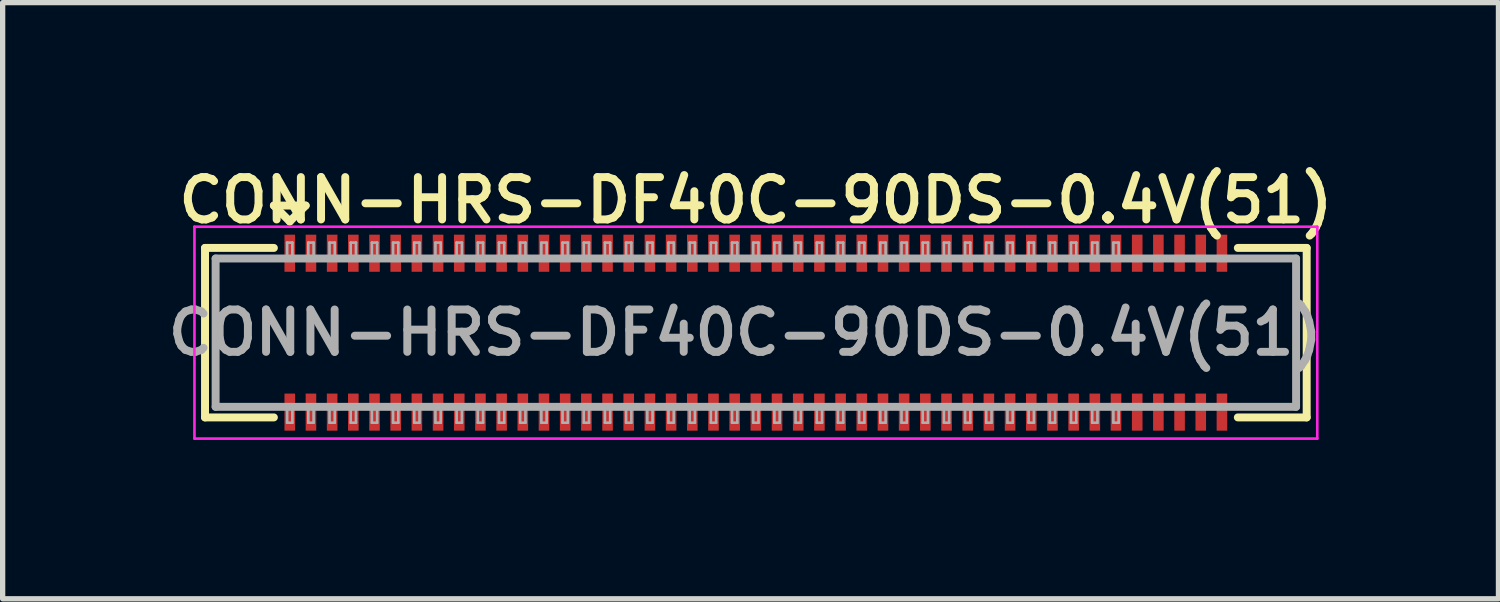
<source format=kicad_pcb>
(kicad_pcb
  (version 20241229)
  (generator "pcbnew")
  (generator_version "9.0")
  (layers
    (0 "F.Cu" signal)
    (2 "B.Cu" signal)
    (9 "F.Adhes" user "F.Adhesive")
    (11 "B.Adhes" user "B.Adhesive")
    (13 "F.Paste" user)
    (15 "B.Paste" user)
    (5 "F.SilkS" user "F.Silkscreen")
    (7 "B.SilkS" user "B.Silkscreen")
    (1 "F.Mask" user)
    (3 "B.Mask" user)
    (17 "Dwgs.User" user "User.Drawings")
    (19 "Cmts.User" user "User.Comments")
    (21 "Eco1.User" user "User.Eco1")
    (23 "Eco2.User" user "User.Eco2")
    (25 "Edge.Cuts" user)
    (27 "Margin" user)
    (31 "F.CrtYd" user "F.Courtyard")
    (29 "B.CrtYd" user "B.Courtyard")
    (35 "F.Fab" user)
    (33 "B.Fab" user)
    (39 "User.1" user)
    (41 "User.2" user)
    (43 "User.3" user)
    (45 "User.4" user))
  (footprint "CONN-HRS-DF40C-90DS-0.4V(51)"
    (layer "F.Cu")
    (at 11.221 3.231)
    (property "Reference" "CONN-HRS-DF40C-90DS-0.4V(51)" (at 0 -2.5 0) (layer "F.SilkS") (effects (font (size 0.8 0.8) (thickness 0.15))))
    (attr through_hole)
    (fp_line (start -10.4 -1.6) (end -10.4 1.6) (stroke (width 0.15) (type solid)) (layer "F.SilkS"))
    (fp_line (start -10.4 -1.6) (end -9.1 -1.6) (stroke (width 0.15) (type solid)) (layer "F.SilkS"))
    (fp_line (start -10.4 1.6) (end -9.1 1.6) (stroke (width 0.15) (type solid)) (layer "F.SilkS"))
    (fp_line (start -9.1 -2.4) (end -8.5 -2.4) (stroke (width 0.15) (type solid)) (layer "F.SilkS"))
    (fp_line (start -8.8 -2.1) (end -9.1 -2.4) (stroke (width 0.15) (type solid)) (layer "F.SilkS"))
    (fp_line (start -8.5 -2.4) (end -8.8 -2.1) (stroke (width 0.15) (type solid)) (layer "F.SilkS"))
    (fp_line (start 9.1 -1.6) (end 10.4 -1.6) (stroke (width 0.15) (type solid)) (layer "F.SilkS"))
    (fp_line (start 9.1 1.6) (end 10.4 1.6) (stroke (width 0.15) (type solid)) (layer "F.SilkS"))
    (fp_line (start 10.4 1.6) (end 10.4 -1.6) (stroke (width 0.15) (type solid)) (layer "F.SilkS"))
    (fp_line (start -10.6 -2) (end -10.6 2) (stroke (width 0.05) (type solid)) (layer "F.CrtYd"))
    (fp_line (start -10.6 2) (end 10.6 2) (stroke (width 0.05) (type solid)) (layer "F.CrtYd"))
    (fp_line (start 10.6 -2) (end -10.6 -2) (stroke (width 0.05) (type solid)) (layer "F.CrtYd"))
    (fp_line (start 10.6 2) (end 10.6 -2) (stroke (width 0.05) (type solid)) (layer "F.CrtYd"))
    (fp_line (start -10.2 -1.4) (end -10.2 1.4) (stroke (width 0.15) (type solid)) (layer "F.Fab"))
    (fp_line (start -10.2 1.4) (end 10.2 1.4) (stroke (width 0.15) (type solid)) (layer "F.Fab"))
    (fp_line (start -8.85 -1.7) (end -8.75 -1.7) (stroke (width 0.05) (type solid)) (layer "F.Fab"))
    (fp_line (start -8.85 -1.4) (end -8.85 -1.7) (stroke (width 0.05) (type solid)) (layer "F.Fab"))
    (fp_line (start -8.85 1.7) (end -8.85 1.4) (stroke (width 0.05) (type solid)) (layer "F.Fab"))
    (fp_line (start -8.75 -1.7) (end -8.75 -1.4) (stroke (width 0.05) (type solid)) (layer "F.Fab"))
    (fp_line (start -8.75 1.4) (end -8.75 1.7) (stroke (width 0.05) (type solid)) (layer "F.Fab"))
    (fp_line (start -8.75 1.7) (end -8.85 1.7) (stroke (width 0.05) (type solid)) (layer "F.Fab"))
    (fp_line (start -8.45 -1.7) (end -8.35 -1.7) (stroke (width 0.05) (type solid)) (layer "F.Fab"))
    (fp_line (start -8.45 -1.4) (end -8.45 -1.7) (stroke (width 0.05) (type solid)) (layer "F.Fab"))
    (fp_line (start -8.45 1.7) (end -8.45 1.4) (stroke (width 0.05) (type solid)) (layer "F.Fab"))
    (fp_line (start -8.35 -1.7) (end -8.35 -1.4) (stroke (width 0.05) (type solid)) (layer "F.Fab"))
    (fp_line (start -8.35 1.4) (end -8.35 1.7) (stroke (width 0.05) (type solid)) (layer "F.Fab"))
    (fp_line (start -8.35 1.7) (end -8.45 1.7) (stroke (width 0.05) (type solid)) (layer "F.Fab"))
    (fp_line (start -8.05 -1.7) (end -7.95 -1.7) (stroke (width 0.05) (type solid)) (layer "F.Fab"))
    (fp_line (start -8.05 -1.4) (end -8.05 -1.7) (stroke (width 0.05) (type solid)) (layer "F.Fab"))
    (fp_line (start -8.05 1.7) (end -8.05 1.4) (stroke (width 0.05) (type solid)) (layer "F.Fab"))
    (fp_line (start -7.95 -1.7) (end -7.95 -1.4) (stroke (width 0.05) (type solid)) (layer "F.Fab"))
    (fp_line (start -7.95 1.4) (end -7.95 1.7) (stroke (width 0.05) (type solid)) (layer "F.Fab"))
    (fp_line (start -7.95 1.7) (end -8.05 1.7) (stroke (width 0.05) (type solid)) (layer "F.Fab"))
    (fp_line (start -7.65 -1.7) (end -7.55 -1.7) (stroke (width 0.05) (type solid)) (layer "F.Fab"))
    (fp_line (start -7.65 -1.4) (end -7.65 -1.7) (stroke (width 0.05) (type solid)) (layer "F.Fab"))
    (fp_line (start -7.65 1.7) (end -7.65 1.4) (stroke (width 0.05) (type solid)) (layer "F.Fab"))
    (fp_line (start -7.55 -1.7) (end -7.55 -1.4) (stroke (width 0.05) (type solid)) (layer "F.Fab"))
    (fp_line (start -7.55 1.4) (end -7.55 1.7) (stroke (width 0.05) (type solid)) (layer "F.Fab"))
    (fp_line (start -7.55 1.7) (end -7.65 1.7) (stroke (width 0.05) (type solid)) (layer "F.Fab"))
    (fp_line (start -7.25 -1.7) (end -7.15 -1.7) (stroke (width 0.05) (type solid)) (layer "F.Fab"))
    (fp_line (start -7.25 -1.4) (end -7.25 -1.7) (stroke (width 0.05) (type solid)) (layer "F.Fab"))
    (fp_line (start -7.25 1.7) (end -7.25 1.4) (stroke (width 0.05) (type solid)) (layer "F.Fab"))
    (fp_line (start -7.15 -1.7) (end -7.15 -1.4) (stroke (width 0.05) (type solid)) (layer "F.Fab"))
    (fp_line (start -7.15 1.4) (end -7.15 1.7) (stroke (width 0.05) (type solid)) (layer "F.Fab"))
    (fp_line (start -7.15 1.7) (end -7.25 1.7) (stroke (width 0.05) (type solid)) (layer "F.Fab"))
    (fp_line (start -6.85 -1.7) (end -6.75 -1.7) (stroke (width 0.05) (type solid)) (layer "F.Fab"))
    (fp_line (start -6.85 -1.4) (end -6.85 -1.7) (stroke (width 0.05) (type solid)) (layer "F.Fab"))
    (fp_line (start -6.85 1.7) (end -6.85 1.4) (stroke (width 0.05) (type solid)) (layer "F.Fab"))
    (fp_line (start -6.75 -1.7) (end -6.75 -1.4) (stroke (width 0.05) (type solid)) (layer "F.Fab"))
    (fp_line (start -6.75 1.4) (end -6.75 1.7) (stroke (width 0.05) (type solid)) (layer "F.Fab"))
    (fp_line (start -6.75 1.7) (end -6.85 1.7) (stroke (width 0.05) (type solid)) (layer "F.Fab"))
    (fp_line (start -6.45 -1.7) (end -6.35 -1.7) (stroke (width 0.05) (type solid)) (layer "F.Fab"))
    (fp_line (start -6.45 -1.4) (end -6.45 -1.7) (stroke (width 0.05) (type solid)) (layer "F.Fab"))
    (fp_line (start -6.45 1.7) (end -6.45 1.4) (stroke (width 0.05) (type solid)) (layer "F.Fab"))
    (fp_line (start -6.35 -1.7) (end -6.35 -1.4) (stroke (width 0.05) (type solid)) (layer "F.Fab"))
    (fp_line (start -6.35 1.4) (end -6.35 1.7) (stroke (width 0.05) (type solid)) (layer "F.Fab"))
    (fp_line (start -6.35 1.7) (end -6.45 1.7) (stroke (width 0.05) (type solid)) (layer "F.Fab"))
    (fp_line (start -6.05 -1.7) (end -5.95 -1.7) (stroke (width 0.05) (type solid)) (layer "F.Fab"))
    (fp_line (start -6.05 -1.4) (end -6.05 -1.7) (stroke (width 0.05) (type solid)) (layer "F.Fab"))
    (fp_line (start -6.05 1.7) (end -6.05 1.4) (stroke (width 0.05) (type solid)) (layer "F.Fab"))
    (fp_line (start -5.95 -1.7) (end -5.95 -1.4) (stroke (width 0.05) (type solid)) (layer "F.Fab"))
    (fp_line (start -5.95 1.4) (end -5.95 1.7) (stroke (width 0.05) (type solid)) (layer "F.Fab"))
    (fp_line (start -5.95 1.7) (end -6.05 1.7) (stroke (width 0.05) (type solid)) (layer "F.Fab"))
    (fp_line (start -5.65 -1.7) (end -5.55 -1.7) (stroke (width 0.05) (type solid)) (layer "F.Fab"))
    (fp_line (start -5.65 -1.4) (end -5.65 -1.7) (stroke (width 0.05) (type solid)) (layer "F.Fab"))
    (fp_line (start -5.65 1.7) (end -5.65 1.4) (stroke (width 0.05) (type solid)) (layer "F.Fab"))
    (fp_line (start -5.55 -1.7) (end -5.55 -1.4) (stroke (width 0.05) (type solid)) (layer "F.Fab"))
    (fp_line (start -5.55 1.4) (end -5.55 1.7) (stroke (width 0.05) (type solid)) (layer "F.Fab"))
    (fp_line (start -5.55 1.7) (end -5.65 1.7) (stroke (width 0.05) (type solid)) (layer "F.Fab"))
    (fp_line (start -5.25 -1.7) (end -5.15 -1.7) (stroke (width 0.05) (type solid)) (layer "F.Fab"))
    (fp_line (start -5.25 -1.4) (end -5.25 -1.7) (stroke (width 0.05) (type solid)) (layer "F.Fab"))
    (fp_line (start -5.25 1.7) (end -5.25 1.4) (stroke (width 0.05) (type solid)) (layer "F.Fab"))
    (fp_line (start -5.15 -1.7) (end -5.15 -1.4) (stroke (width 0.05) (type solid)) (layer "F.Fab"))
    (fp_line (start -5.15 1.4) (end -5.15 1.7) (stroke (width 0.05) (type solid)) (layer "F.Fab"))
    (fp_line (start -5.15 1.7) (end -5.25 1.7) (stroke (width 0.05) (type solid)) (layer "F.Fab"))
    (fp_line (start -4.85 -1.7) (end -4.75 -1.7) (stroke (width 0.05) (type solid)) (layer "F.Fab"))
    (fp_line (start -4.85 -1.4) (end -4.85 -1.7) (stroke (width 0.05) (type solid)) (layer "F.Fab"))
    (fp_line (start -4.85 1.7) (end -4.85 1.4) (stroke (width 0.05) (type solid)) (layer "F.Fab"))
    (fp_line (start -4.75 -1.7) (end -4.75 -1.4) (stroke (width 0.05) (type solid)) (layer "F.Fab"))
    (fp_line (start -4.75 1.4) (end -4.75 1.7) (stroke (width 0.05) (type solid)) (layer "F.Fab"))
    (fp_line (start -4.75 1.7) (end -4.85 1.7) (stroke (width 0.05) (type solid)) (layer "F.Fab"))
    (fp_line (start -4.45 -1.7) (end -4.35 -1.7) (stroke (width 0.05) (type solid)) (layer "F.Fab"))
    (fp_line (start -4.45 -1.4) (end -4.45 -1.7) (stroke (width 0.05) (type solid)) (layer "F.Fab"))
    (fp_line (start -4.45 1.7) (end -4.45 1.4) (stroke (width 0.05) (type solid)) (layer "F.Fab"))
    (fp_line (start -4.35 -1.7) (end -4.35 -1.4) (stroke (width 0.05) (type solid)) (layer "F.Fab"))
    (fp_line (start -4.35 1.4) (end -4.35 1.7) (stroke (width 0.05) (type solid)) (layer "F.Fab"))
    (fp_line (start -4.35 1.7) (end -4.45 1.7) (stroke (width 0.05) (type solid)) (layer "F.Fab"))
    (fp_line (start -4.05 -1.7) (end -3.95 -1.7) (stroke (width 0.05) (type solid)) (layer "F.Fab"))
    (fp_line (start -4.05 -1.4) (end -4.05 -1.7) (stroke (width 0.05) (type solid)) (layer "F.Fab"))
    (fp_line (start -4.05 1.7) (end -4.05 1.4) (stroke (width 0.05) (type solid)) (layer "F.Fab"))
    (fp_line (start -3.95 -1.7) (end -3.95 -1.4) (stroke (width 0.05) (type solid)) (layer "F.Fab"))
    (fp_line (start -3.95 1.4) (end -3.95 1.7) (stroke (width 0.05) (type solid)) (layer "F.Fab"))
    (fp_line (start -3.95 1.7) (end -4.05 1.7) (stroke (width 0.05) (type solid)) (layer "F.Fab"))
    (fp_line (start -3.65 -1.7) (end -3.55 -1.7) (stroke (width 0.05) (type solid)) (layer "F.Fab"))
    (fp_line (start -3.65 -1.4) (end -3.65 -1.7) (stroke (width 0.05) (type solid)) (layer "F.Fab"))
    (fp_line (start -3.65 1.7) (end -3.65 1.4) (stroke (width 0.05) (type solid)) (layer "F.Fab"))
    (fp_line (start -3.55 -1.7) (end -3.55 -1.4) (stroke (width 0.05) (type solid)) (layer "F.Fab"))
    (fp_line (start -3.55 1.4) (end -3.55 1.7) (stroke (width 0.05) (type solid)) (layer "F.Fab"))
    (fp_line (start -3.55 1.7) (end -3.65 1.7) (stroke (width 0.05) (type solid)) (layer "F.Fab"))
    (fp_line (start -3.25 -1.7) (end -3.15 -1.7) (stroke (width 0.05) (type solid)) (layer "F.Fab"))
    (fp_line (start -3.25 -1.4) (end -3.25 -1.7) (stroke (width 0.05) (type solid)) (layer "F.Fab"))
    (fp_line (start -3.25 1.7) (end -3.25 1.4) (stroke (width 0.05) (type solid)) (layer "F.Fab"))
    (fp_line (start -3.15 -1.7) (end -3.15 -1.4) (stroke (width 0.05) (type solid)) (layer "F.Fab"))
    (fp_line (start -3.15 1.4) (end -3.15 1.7) (stroke (width 0.05) (type solid)) (layer "F.Fab"))
    (fp_line (start -3.15 1.7) (end -3.25 1.7) (stroke (width 0.05) (type solid)) (layer "F.Fab"))
    (fp_line (start -2.85 -1.7) (end -2.75 -1.7) (stroke (width 0.05) (type solid)) (layer "F.Fab"))
    (fp_line (start -2.85 -1.4) (end -2.85 -1.7) (stroke (width 0.05) (type solid)) (layer "F.Fab"))
    (fp_line (start -2.85 1.7) (end -2.85 1.4) (stroke (width 0.05) (type solid)) (layer "F.Fab"))
    (fp_line (start -2.75 -1.7) (end -2.75 -1.4) (stroke (width 0.05) (type solid)) (layer "F.Fab"))
    (fp_line (start -2.75 1.4) (end -2.75 1.7) (stroke (width 0.05) (type solid)) (layer "F.Fab"))
    (fp_line (start -2.75 1.7) (end -2.85 1.7) (stroke (width 0.05) (type solid)) (layer "F.Fab"))
    (fp_line (start -2.45 -1.7) (end -2.35 -1.7) (stroke (width 0.05) (type solid)) (layer "F.Fab"))
    (fp_line (start -2.45 -1.4) (end -2.45 -1.7) (stroke (width 0.05) (type solid)) (layer "F.Fab"))
    (fp_line (start -2.45 1.7) (end -2.45 1.4) (stroke (width 0.05) (type solid)) (layer "F.Fab"))
    (fp_line (start -2.35 -1.7) (end -2.35 -1.4) (stroke (width 0.05) (type solid)) (layer "F.Fab"))
    (fp_line (start -2.35 1.4) (end -2.35 1.7) (stroke (width 0.05) (type solid)) (layer "F.Fab"))
    (fp_line (start -2.35 1.7) (end -2.45 1.7) (stroke (width 0.05) (type solid)) (layer "F.Fab"))
    (fp_line (start -2.05 -1.7) (end -1.95 -1.7) (stroke (width 0.05) (type solid)) (layer "F.Fab"))
    (fp_line (start -2.05 -1.4) (end -2.05 -1.7) (stroke (width 0.05) (type solid)) (layer "F.Fab"))
    (fp_line (start -2.05 1.7) (end -2.05 1.4) (stroke (width 0.05) (type solid)) (layer "F.Fab"))
    (fp_line (start -1.95 -1.7) (end -1.95 -1.4) (stroke (width 0.05) (type solid)) (layer "F.Fab"))
    (fp_line (start -1.95 1.4) (end -1.95 1.7) (stroke (width 0.05) (type solid)) (layer "F.Fab"))
    (fp_line (start -1.95 1.7) (end -2.05 1.7) (stroke (width 0.05) (type solid)) (layer "F.Fab"))
    (fp_line (start -1.65 -1.7) (end -1.55 -1.7) (stroke (width 0.05) (type solid)) (layer "F.Fab"))
    (fp_line (start -1.65 -1.4) (end -1.65 -1.7) (stroke (width 0.05) (type solid)) (layer "F.Fab"))
    (fp_line (start -1.65 1.7) (end -1.65 1.4) (stroke (width 0.05) (type solid)) (layer "F.Fab"))
    (fp_line (start -1.55 -1.7) (end -1.55 -1.4) (stroke (width 0.05) (type solid)) (layer "F.Fab"))
    (fp_line (start -1.55 1.4) (end -1.55 1.7) (stroke (width 0.05) (type solid)) (layer "F.Fab"))
    (fp_line (start -1.55 1.7) (end -1.65 1.7) (stroke (width 0.05) (type solid)) (layer "F.Fab"))
    (fp_line (start -1.25 -1.7) (end -1.15 -1.7) (stroke (width 0.05) (type solid)) (layer "F.Fab"))
    (fp_line (start -1.25 -1.4) (end -1.25 -1.7) (stroke (width 0.05) (type solid)) (layer "F.Fab"))
    (fp_line (start -1.25 1.7) (end -1.25 1.4) (stroke (width 0.05) (type solid)) (layer "F.Fab"))
    (fp_line (start -1.15 -1.7) (end -1.15 -1.4) (stroke (width 0.05) (type solid)) (layer "F.Fab"))
    (fp_line (start -1.15 1.4) (end -1.15 1.7) (stroke (width 0.05) (type solid)) (layer "F.Fab"))
    (fp_line (start -1.15 1.7) (end -1.25 1.7) (stroke (width 0.05) (type solid)) (layer "F.Fab"))
    (fp_line (start -0.85 -1.7) (end -0.75 -1.7) (stroke (width 0.05) (type solid)) (layer "F.Fab"))
    (fp_line (start -0.85 -1.4) (end -0.85 -1.7) (stroke (width 0.05) (type solid)) (layer "F.Fab"))
    (fp_line (start -0.85 1.7) (end -0.85 1.4) (stroke (width 0.05) (type solid)) (layer "F.Fab"))
    (fp_line (start -0.75 -1.7) (end -0.75 -1.4) (stroke (width 0.05) (type solid)) (layer "F.Fab"))
    (fp_line (start -0.75 1.4) (end -0.75 1.7) (stroke (width 0.05) (type solid)) (layer "F.Fab"))
    (fp_line (start -0.75 1.7) (end -0.85 1.7) (stroke (width 0.05) (type solid)) (layer "F.Fab"))
    (fp_line (start -0.45 -1.7) (end -0.35 -1.7) (stroke (width 0.05) (type solid)) (layer "F.Fab"))
    (fp_line (start -0.45 -1.4) (end -0.45 -1.7) (stroke (width 0.05) (type solid)) (layer "F.Fab"))
    (fp_line (start -0.45 1.7) (end -0.45 1.4) (stroke (width 0.05) (type solid)) (layer "F.Fab"))
    (fp_line (start -0.35 -1.7) (end -0.35 -1.4) (stroke (width 0.05) (type solid)) (layer "F.Fab"))
    (fp_line (start -0.35 1.4) (end -0.35 1.7) (stroke (width 0.05) (type solid)) (layer "F.Fab"))
    (fp_line (start -0.35 1.7) (end -0.45 1.7) (stroke (width 0.05) (type solid)) (layer "F.Fab"))
    (fp_line (start -0.05 -1.7) (end 0.05 -1.7) (stroke (width 0.05) (type solid)) (layer "F.Fab"))
    (fp_line (start -0.05 -1.4) (end -0.05 -1.7) (stroke (width 0.05) (type solid)) (layer "F.Fab"))
    (fp_line (start -0.05 1.7) (end -0.05 1.4) (stroke (width 0.05) (type solid)) (layer "F.Fab"))
    (fp_line (start 0.05 -1.7) (end 0.05 -1.4) (stroke (width 0.05) (type solid)) (layer "F.Fab"))
    (fp_line (start 0.05 1.4) (end 0.05 1.7) (stroke (width 0.05) (type solid)) (layer "F.Fab"))
    (fp_line (start 0.05 1.7) (end -0.05 1.7) (stroke (width 0.05) (type solid)) (layer "F.Fab"))
    (fp_line (start 0.35 -1.7) (end 0.45 -1.7) (stroke (width 0.05) (type solid)) (layer "F.Fab"))
    (fp_line (start 0.35 -1.4) (end 0.35 -1.7) (stroke (width 0.05) (type solid)) (layer "F.Fab"))
    (fp_line (start 0.35 1.7) (end 0.35 1.4) (stroke (width 0.05) (type solid)) (layer "F.Fab"))
    (fp_line (start 0.45 -1.7) (end 0.45 -1.4) (stroke (width 0.05) (type solid)) (layer "F.Fab"))
    (fp_line (start 0.45 1.4) (end 0.45 1.7) (stroke (width 0.05) (type solid)) (layer "F.Fab"))
    (fp_line (start 0.45 1.7) (end 0.35 1.7) (stroke (width 0.05) (type solid)) (layer "F.Fab"))
    (fp_line (start 0.75 -1.7) (end 0.85 -1.7) (stroke (width 0.05) (type solid)) (layer "F.Fab"))
    (fp_line (start 0.75 -1.4) (end 0.75 -1.7) (stroke (width 0.05) (type solid)) (layer "F.Fab"))
    (fp_line (start 0.75 1.7) (end 0.75 1.4) (stroke (width 0.05) (type solid)) (layer "F.Fab"))
    (fp_line (start 0.85 -1.7) (end 0.85 -1.4) (stroke (width 0.05) (type solid)) (layer "F.Fab"))
    (fp_line (start 0.85 1.4) (end 0.85 1.7) (stroke (width 0.05) (type solid)) (layer "F.Fab"))
    (fp_line (start 0.85 1.7) (end 0.75 1.7) (stroke (width 0.05) (type solid)) (layer "F.Fab"))
    (fp_line (start 1.15 -1.7) (end 1.25 -1.7) (stroke (width 0.05) (type solid)) (layer "F.Fab"))
    (fp_line (start 1.15 -1.4) (end 1.15 -1.7) (stroke (width 0.05) (type solid)) (layer "F.Fab"))
    (fp_line (start 1.15 1.7) (end 1.15 1.4) (stroke (width 0.05) (type solid)) (layer "F.Fab"))
    (fp_line (start 1.25 -1.7) (end 1.25 -1.4) (stroke (width 0.05) (type solid)) (layer "F.Fab"))
    (fp_line (start 1.25 1.4) (end 1.25 1.7) (stroke (width 0.05) (type solid)) (layer "F.Fab"))
    (fp_line (start 1.25 1.7) (end 1.15 1.7) (stroke (width 0.05) (type solid)) (layer "F.Fab"))
    (fp_line (start 1.55 -1.7) (end 1.65 -1.7) (stroke (width 0.05) (type solid)) (layer "F.Fab"))
    (fp_line (start 1.55 -1.4) (end 1.55 -1.7) (stroke (width 0.05) (type solid)) (layer "F.Fab"))
    (fp_line (start 1.55 1.7) (end 1.55 1.4) (stroke (width 0.05) (type solid)) (layer "F.Fab"))
    (fp_line (start 1.65 -1.7) (end 1.65 -1.4) (stroke (width 0.05) (type solid)) (layer "F.Fab"))
    (fp_line (start 1.65 1.4) (end 1.65 1.7) (stroke (width 0.05) (type solid)) (layer "F.Fab"))
    (fp_line (start 1.65 1.7) (end 1.55 1.7) (stroke (width 0.05) (type solid)) (layer "F.Fab"))
    (fp_line (start 1.95 -1.7) (end 2.05 -1.7) (stroke (width 0.05) (type solid)) (layer "F.Fab"))
    (fp_line (start 1.95 -1.4) (end 1.95 -1.7) (stroke (width 0.05) (type solid)) (layer "F.Fab"))
    (fp_line (start 1.95 1.7) (end 1.95 1.4) (stroke (width 0.05) (type solid)) (layer "F.Fab"))
    (fp_line (start 2.05 -1.7) (end 2.05 -1.4) (stroke (width 0.05) (type solid)) (layer "F.Fab"))
    (fp_line (start 2.05 1.4) (end 2.05 1.7) (stroke (width 0.05) (type solid)) (layer "F.Fab"))
    (fp_line (start 2.05 1.7) (end 1.95 1.7) (stroke (width 0.05) (type solid)) (layer "F.Fab"))
    (fp_line (start 2.35 -1.7) (end 2.45 -1.7) (stroke (width 0.05) (type solid)) (layer "F.Fab"))
    (fp_line (start 2.35 -1.4) (end 2.35 -1.7) (stroke (width 0.05) (type solid)) (layer "F.Fab"))
    (fp_line (start 2.35 1.7) (end 2.35 1.4) (stroke (width 0.05) (type solid)) (layer "F.Fab"))
    (fp_line (start 2.45 -1.7) (end 2.45 -1.4) (stroke (width 0.05) (type solid)) (layer "F.Fab"))
    (fp_line (start 2.45 1.4) (end 2.45 1.7) (stroke (width 0.05) (type solid)) (layer "F.Fab"))
    (fp_line (start 2.45 1.7) (end 2.35 1.7) (stroke (width 0.05) (type solid)) (layer "F.Fab"))
    (fp_line (start 2.75 -1.7) (end 2.85 -1.7) (stroke (width 0.05) (type solid)) (layer "F.Fab"))
    (fp_line (start 2.75 -1.4) (end 2.75 -1.7) (stroke (width 0.05) (type solid)) (layer "F.Fab"))
    (fp_line (start 2.75 1.7) (end 2.75 1.4) (stroke (width 0.05) (type solid)) (layer "F.Fab"))
    (fp_line (start 2.85 -1.7) (end 2.85 -1.4) (stroke (width 0.05) (type solid)) (layer "F.Fab"))
    (fp_line (start 2.85 1.4) (end 2.85 1.7) (stroke (width 0.05) (type solid)) (layer "F.Fab"))
    (fp_line (start 2.85 1.7) (end 2.75 1.7) (stroke (width 0.05) (type solid)) (layer "F.Fab"))
    (fp_line (start 3.15 -1.7) (end 3.25 -1.7) (stroke (width 0.05) (type solid)) (layer "F.Fab"))
    (fp_line (start 3.15 -1.4) (end 3.15 -1.7) (stroke (width 0.05) (type solid)) (layer "F.Fab"))
    (fp_line (start 3.15 1.7) (end 3.15 1.4) (stroke (width 0.05) (type solid)) (layer "F.Fab"))
    (fp_line (start 3.25 -1.7) (end 3.25 -1.4) (stroke (width 0.05) (type solid)) (layer "F.Fab"))
    (fp_line (start 3.25 1.4) (end 3.25 1.7) (stroke (width 0.05) (type solid)) (layer "F.Fab"))
    (fp_line (start 3.25 1.7) (end 3.15 1.7) (stroke (width 0.05) (type solid)) (layer "F.Fab"))
    (fp_line (start 3.55 -1.7) (end 3.65 -1.7) (stroke (width 0.05) (type solid)) (layer "F.Fab"))
    (fp_line (start 3.55 -1.4) (end 3.55 -1.7) (stroke (width 0.05) (type solid)) (layer "F.Fab"))
    (fp_line (start 3.55 1.7) (end 3.55 1.4) (stroke (width 0.05) (type solid)) (layer "F.Fab"))
    (fp_line (start 3.65 -1.7) (end 3.65 -1.4) (stroke (width 0.05) (type solid)) (layer "F.Fab"))
    (fp_line (start 3.65 1.4) (end 3.65 1.7) (stroke (width 0.05) (type solid)) (layer "F.Fab"))
    (fp_line (start 3.65 1.7) (end 3.55 1.7) (stroke (width 0.05) (type solid)) (layer "F.Fab"))
    (fp_line (start 3.95 -1.7) (end 4.05 -1.7) (stroke (width 0.05) (type solid)) (layer "F.Fab"))
    (fp_line (start 3.95 -1.4) (end 3.95 -1.7) (stroke (width 0.05) (type solid)) (layer "F.Fab"))
    (fp_line (start 3.95 1.7) (end 3.95 1.4) (stroke (width 0.05) (type solid)) (layer "F.Fab"))
    (fp_line (start 4.05 -1.7) (end 4.05 -1.4) (stroke (width 0.05) (type solid)) (layer "F.Fab"))
    (fp_line (start 4.05 1.4) (end 4.05 1.7) (stroke (width 0.05) (type solid)) (layer "F.Fab"))
    (fp_line (start 4.05 1.7) (end 3.95 1.7) (stroke (width 0.05) (type solid)) (layer "F.Fab"))
    (fp_line (start 4.35 -1.7) (end 4.45 -1.7) (stroke (width 0.05) (type solid)) (layer "F.Fab"))
    (fp_line (start 4.35 -1.4) (end 4.35 -1.7) (stroke (width 0.05) (type solid)) (layer "F.Fab"))
    (fp_line (start 4.35 1.7) (end 4.35 1.4) (stroke (width 0.05) (type solid)) (layer "F.Fab"))
    (fp_line (start 4.45 -1.7) (end 4.45 -1.4) (stroke (width 0.05) (type solid)) (layer "F.Fab"))
    (fp_line (start 4.45 1.4) (end 4.45 1.7) (stroke (width 0.05) (type solid)) (layer "F.Fab"))
    (fp_line (start 4.45 1.7) (end 4.35 1.7) (stroke (width 0.05) (type solid)) (layer "F.Fab"))
    (fp_line (start 4.75 -1.7) (end 4.85 -1.7) (stroke (width 0.05) (type solid)) (layer "F.Fab"))
    (fp_line (start 4.75 -1.4) (end 4.75 -1.7) (stroke (width 0.05) (type solid)) (layer "F.Fab"))
    (fp_line (start 4.75 1.7) (end 4.75 1.4) (stroke (width 0.05) (type solid)) (layer "F.Fab"))
    (fp_line (start 4.85 -1.7) (end 4.85 -1.4) (stroke (width 0.05) (type solid)) (layer "F.Fab"))
    (fp_line (start 4.85 1.4) (end 4.85 1.7) (stroke (width 0.05) (type solid)) (layer "F.Fab"))
    (fp_line (start 4.85 1.7) (end 4.75 1.7) (stroke (width 0.05) (type solid)) (layer "F.Fab"))
    (fp_line (start 5.15 -1.7) (end 5.25 -1.7) (stroke (width 0.05) (type solid)) (layer "F.Fab"))
    (fp_line (start 5.15 -1.4) (end 5.15 -1.7) (stroke (width 0.05) (type solid)) (layer "F.Fab"))
    (fp_line (start 5.15 1.7) (end 5.15 1.4) (stroke (width 0.05) (type solid)) (layer "F.Fab"))
    (fp_line (start 5.25 -1.7) (end 5.25 -1.4) (stroke (width 0.05) (type solid)) (layer "F.Fab"))
    (fp_line (start 5.25 1.4) (end 5.25 1.7) (stroke (width 0.05) (type solid)) (layer "F.Fab"))
    (fp_line (start 5.25 1.7) (end 5.15 1.7) (stroke (width 0.05) (type solid)) (layer "F.Fab"))
    (fp_line (start 5.55 -1.7) (end 5.65 -1.7) (stroke (width 0.05) (type solid)) (layer "F.Fab"))
    (fp_line (start 5.55 -1.4) (end 5.55 -1.7) (stroke (width 0.05) (type solid)) (layer "F.Fab"))
    (fp_line (start 5.55 1.7) (end 5.55 1.4) (stroke (width 0.05) (type solid)) (layer "F.Fab"))
    (fp_line (start 5.65 -1.7) (end 5.65 -1.4) (stroke (width 0.05) (type solid)) (layer "F.Fab"))
    (fp_line (start 5.65 1.4) (end 5.65 1.7) (stroke (width 0.05) (type solid)) (layer "F.Fab"))
    (fp_line (start 5.65 1.7) (end 5.55 1.7) (stroke (width 0.05) (type solid)) (layer "F.Fab"))
    (fp_line (start 5.95 -1.7) (end 6.05 -1.7) (stroke (width 0.05) (type solid)) (layer "F.Fab"))
    (fp_line (start 5.95 -1.4) (end 5.95 -1.7) (stroke (width 0.05) (type solid)) (layer "F.Fab"))
    (fp_line (start 5.95 1.7) (end 5.95 1.4) (stroke (width 0.05) (type solid)) (layer "F.Fab"))
    (fp_line (start 6.05 -1.7) (end 6.05 -1.4) (stroke (width 0.05) (type solid)) (layer "F.Fab"))
    (fp_line (start 6.05 1.4) (end 6.05 1.7) (stroke (width 0.05) (type solid)) (layer "F.Fab"))
    (fp_line (start 6.05 1.7) (end 5.95 1.7) (stroke (width 0.05) (type solid)) (layer "F.Fab"))
    (fp_line (start 6.35 -1.7) (end 6.45 -1.7) (stroke (width 0.05) (type solid)) (layer "F.Fab"))
    (fp_line (start 6.35 -1.4) (end 6.35 -1.7) (stroke (width 0.05) (type solid)) (layer "F.Fab"))
    (fp_line (start 6.35 1.7) (end 6.35 1.4) (stroke (width 0.05) (type solid)) (layer "F.Fab"))
    (fp_line (start 6.45 -1.7) (end 6.45 -1.4) (stroke (width 0.05) (type solid)) (layer "F.Fab"))
    (fp_line (start 6.45 1.4) (end 6.45 1.7) (stroke (width 0.05) (type solid)) (layer "F.Fab"))
    (fp_line (start 6.45 1.7) (end 6.35 1.7) (stroke (width 0.05) (type solid)) (layer "F.Fab"))
    (fp_line (start 6.75 -1.7) (end 6.85 -1.7) (stroke (width 0.05) (type solid)) (layer "F.Fab"))
    (fp_line (start 6.75 -1.4) (end 6.75 -1.7) (stroke (width 0.05) (type solid)) (layer "F.Fab"))
    (fp_line (start 6.75 1.7) (end 6.75 1.4) (stroke (width 0.05) (type solid)) (layer "F.Fab"))
    (fp_line (start 6.85 -1.7) (end 6.85 -1.4) (stroke (width 0.05) (type solid)) (layer "F.Fab"))
    (fp_line (start 6.85 1.4) (end 6.85 1.7) (stroke (width 0.05) (type solid)) (layer "F.Fab"))
    (fp_line (start 6.85 1.7) (end 6.75 1.7) (stroke (width 0.05) (type solid)) (layer "F.Fab"))
    (fp_line (start 10.2 -1.4) (end -10.2 -1.4) (stroke (width 0.15) (type solid)) (layer "F.Fab"))
    (fp_line (start 10.2 1.4) (end 10.2 -1.4) (stroke (width 0.15) (type solid)) (layer "F.Fab"))
    (fp_text user "${REFERENCE}" (at -0.2 0 0) (layer "F.Fab") (effects (font (size 0.8 0.8) (thickness 0.15))))
    (pad "1" smd rect (at -8.8 -1.5) (size 0.2 0.7) (layers "F.Cu" "F.Mask" "F.Paste"))
    (pad "2" smd rect (at -8.8 1.5) (size 0.2 0.7) (layers "F.Cu" "F.Mask" "F.Paste"))
    (pad "3" smd rect (at -8.4 -1.5) (size 0.2 0.7) (layers "F.Cu" "F.Mask" "F.Paste"))
    (pad "4" smd rect (at -8.4 1.5) (size 0.2 0.7) (layers "F.Cu" "F.Mask" "F.Paste"))
    (pad "5" smd rect (at -8 -1.5) (size 0.2 0.7) (layers "F.Cu" "F.Mask" "F.Paste"))
    (pad "6" smd rect (at -8 1.5) (size 0.2 0.7) (layers "F.Cu" "F.Mask" "F.Paste"))
    (pad "7" smd rect (at -7.6 -1.5) (size 0.2 0.7) (layers "F.Cu" "F.Mask" "F.Paste"))
    (pad "8" smd rect (at -7.6 1.5) (size 0.2 0.7) (layers "F.Cu" "F.Mask" "F.Paste"))
    (pad "9" smd rect (at -7.2 -1.5) (size 0.2 0.7) (layers "F.Cu" "F.Mask" "F.Paste"))
    (pad "10" smd rect (at -7.2 1.5) (size 0.2 0.7) (layers "F.Cu" "F.Mask" "F.Paste"))
    (pad "11" smd rect (at -6.8 -1.5) (size 0.2 0.7) (layers "F.Cu" "F.Mask" "F.Paste"))
    (pad "12" smd rect (at -6.8 1.5) (size 0.2 0.7) (layers "F.Cu" "F.Mask" "F.Paste"))
    (pad "13" smd rect (at -6.4 -1.5) (size 0.2 0.7) (layers "F.Cu" "F.Mask" "F.Paste"))
    (pad "14" smd rect (at -6.4 1.5) (size 0.2 0.7) (layers "F.Cu" "F.Mask" "F.Paste"))
    (pad "15" smd rect (at -6 -1.5) (size 0.2 0.7) (layers "F.Cu" "F.Mask" "F.Paste"))
    (pad "16" smd rect (at -6 1.5) (size 0.2 0.7) (layers "F.Cu" "F.Mask" "F.Paste"))
    (pad "17" smd rect (at -5.6 -1.5) (size 0.2 0.7) (layers "F.Cu" "F.Mask" "F.Paste"))
    (pad "18" smd rect (at -5.6 1.5) (size 0.2 0.7) (layers "F.Cu" "F.Mask" "F.Paste"))
    (pad "19" smd rect (at -5.2 -1.5) (size 0.2 0.7) (layers "F.Cu" "F.Mask" "F.Paste"))
    (pad "20" smd rect (at -5.2 1.5) (size 0.2 0.7) (layers "F.Cu" "F.Mask" "F.Paste"))
    (pad "21" smd rect (at -4.8 -1.5) (size 0.2 0.7) (layers "F.Cu" "F.Mask" "F.Paste"))
    (pad "22" smd rect (at -4.8 1.5) (size 0.2 0.7) (layers "F.Cu" "F.Mask" "F.Paste"))
    (pad "23" smd rect (at -4.4 -1.5) (size 0.2 0.7) (layers "F.Cu" "F.Mask" "F.Paste"))
    (pad "24" smd rect (at -4.4 1.5) (size 0.2 0.7) (layers "F.Cu" "F.Mask" "F.Paste"))
    (pad "25" smd rect (at -4 -1.5) (size 0.2 0.7) (layers "F.Cu" "F.Mask" "F.Paste"))
    (pad "26" smd rect (at -4 1.5) (size 0.2 0.7) (layers "F.Cu" "F.Mask" "F.Paste"))
    (pad "27" smd rect (at -3.6 -1.5) (size 0.2 0.7) (layers "F.Cu" "F.Mask" "F.Paste"))
    (pad "28" smd rect (at -3.6 1.5) (size 0.2 0.7) (layers "F.Cu" "F.Mask" "F.Paste"))
    (pad "29" smd rect (at -3.2 -1.5) (size 0.2 0.7) (layers "F.Cu" "F.Mask" "F.Paste"))
    (pad "30" smd rect (at -3.2 1.5) (size 0.2 0.7) (layers "F.Cu" "F.Mask" "F.Paste"))
    (pad "31" smd rect (at -2.8 -1.5) (size 0.2 0.7) (layers "F.Cu" "F.Mask" "F.Paste"))
    (pad "32" smd rect (at -2.8 1.5) (size 0.2 0.7) (layers "F.Cu" "F.Mask" "F.Paste"))
    (pad "33" smd rect (at -2.4 -1.5) (size 0.2 0.7) (layers "F.Cu" "F.Mask" "F.Paste"))
    (pad "34" smd rect (at -2.4 1.5) (size 0.2 0.7) (layers "F.Cu" "F.Mask" "F.Paste"))
    (pad "35" smd rect (at -2 -1.5) (size 0.2 0.7) (layers "F.Cu" "F.Mask" "F.Paste"))
    (pad "36" smd rect (at -2 1.5) (size 0.2 0.7) (layers "F.Cu" "F.Mask" "F.Paste"))
    (pad "37" smd rect (at -1.6 -1.5) (size 0.2 0.7) (layers "F.Cu" "F.Mask" "F.Paste"))
    (pad "38" smd rect (at -1.6 1.5) (size 0.2 0.7) (layers "F.Cu" "F.Mask" "F.Paste"))
    (pad "39" smd rect (at -1.2 -1.5) (size 0.2 0.7) (layers "F.Cu" "F.Mask" "F.Paste"))
    (pad "40" smd rect (at -1.2 1.5) (size 0.2 0.7) (layers "F.Cu" "F.Mask" "F.Paste"))
    (pad "41" smd rect (at -0.8 -1.5) (size 0.2 0.7) (layers "F.Cu" "F.Mask" "F.Paste"))
    (pad "42" smd rect (at -0.8 1.5) (size 0.2 0.7) (layers "F.Cu" "F.Mask" "F.Paste"))
    (pad "43" smd rect (at -0.4 -1.5) (size 0.2 0.7) (layers "F.Cu" "F.Mask" "F.Paste"))
    (pad "44" smd rect (at -0.4 1.5) (size 0.2 0.7) (layers "F.Cu" "F.Mask" "F.Paste"))
    (pad "45" smd rect (at 0 -1.5) (size 0.2 0.7) (layers "F.Cu" "F.Mask" "F.Paste"))
    (pad "46" smd rect (at 0 1.5) (size 0.2 0.7) (layers "F.Cu" "F.Mask" "F.Paste"))
    (pad "47" smd rect (at 0.4 -1.5) (size 0.2 0.7) (layers "F.Cu" "F.Mask" "F.Paste"))
    (pad "48" smd rect (at 0.4 1.5) (size 0.2 0.7) (layers "F.Cu" "F.Mask" "F.Paste"))
    (pad "49" smd rect (at 0.8 -1.5) (size 0.2 0.7) (layers "F.Cu" "F.Mask" "F.Paste"))
    (pad "50" smd rect (at 0.8 1.5) (size 0.2 0.7) (layers "F.Cu" "F.Mask" "F.Paste"))
    (pad "51" smd rect (at 1.2 -1.5) (size 0.2 0.7) (layers "F.Cu" "F.Mask" "F.Paste"))
    (pad "52" smd rect (at 1.2 1.5) (size 0.2 0.7) (layers "F.Cu" "F.Mask" "F.Paste"))
    (pad "53" smd rect (at 1.6 -1.5) (size 0.2 0.7) (layers "F.Cu" "F.Mask" "F.Paste"))
    (pad "54" smd rect (at 1.6 1.5) (size 0.2 0.7) (layers "F.Cu" "F.Mask" "F.Paste"))
    (pad "55" smd rect (at 2 -1.5) (size 0.2 0.7) (layers "F.Cu" "F.Mask" "F.Paste"))
    (pad "56" smd rect (at 2 1.5) (size 0.2 0.7) (layers "F.Cu" "F.Mask" "F.Paste"))
    (pad "57" smd rect (at 2.4 -1.5) (size 0.2 0.7) (layers "F.Cu" "F.Mask" "F.Paste"))
    (pad "58" smd rect (at 2.4 1.5) (size 0.2 0.7) (layers "F.Cu" "F.Mask" "F.Paste"))
    (pad "59" smd rect (at 2.8 -1.5) (size 0.2 0.7) (layers "F.Cu" "F.Mask" "F.Paste"))
    (pad "60" smd rect (at 2.8 1.5) (size 0.2 0.7) (layers "F.Cu" "F.Mask" "F.Paste"))
    (pad "61" smd rect (at 3.2 -1.5) (size 0.2 0.7) (layers "F.Cu" "F.Mask" "F.Paste"))
    (pad "62" smd rect (at 3.2 1.5) (size 0.2 0.7) (layers "F.Cu" "F.Mask" "F.Paste"))
    (pad "63" smd rect (at 3.6 -1.5) (size 0.2 0.7) (layers "F.Cu" "F.Mask" "F.Paste"))
    (pad "64" smd rect (at 3.6 1.5) (size 0.2 0.7) (layers "F.Cu" "F.Mask" "F.Paste"))
    (pad "65" smd rect (at 4 -1.5) (size 0.2 0.7) (layers "F.Cu" "F.Mask" "F.Paste"))
    (pad "66" smd rect (at 4 1.5) (size 0.2 0.7) (layers "F.Cu" "F.Mask" "F.Paste"))
    (pad "67" smd rect (at 4.4 -1.5) (size 0.2 0.7) (layers "F.Cu" "F.Mask" "F.Paste"))
    (pad "68" smd rect (at 4.4 1.5) (size 0.2 0.7) (layers "F.Cu" "F.Mask" "F.Paste"))
    (pad "69" smd rect (at 4.8 -1.5) (size 0.2 0.7) (layers "F.Cu" "F.Mask" "F.Paste"))
    (pad "70" smd rect (at 4.8 1.5) (size 0.2 0.7) (layers "F.Cu" "F.Mask" "F.Paste"))
    (pad "71" smd rect (at 5.2 -1.5) (size 0.2 0.7) (layers "F.Cu" "F.Mask" "F.Paste"))
    (pad "72" smd rect (at 5.2 1.5) (size 0.2 0.7) (layers "F.Cu" "F.Mask" "F.Paste"))
    (pad "73" smd rect (at 5.6 -1.5) (size 0.2 0.7) (layers "F.Cu" "F.Mask" "F.Paste"))
    (pad "74" smd rect (at 5.6 1.5) (size 0.2 0.7) (layers "F.Cu" "F.Mask" "F.Paste"))
    (pad "75" smd rect (at 6 -1.5) (size 0.2 0.7) (layers "F.Cu" "F.Mask" "F.Paste"))
    (pad "76" smd rect (at 6 1.5) (size 0.2 0.7) (layers "F.Cu" "F.Mask" "F.Paste"))
    (pad "77" smd rect (at 6.4 -1.5) (size 0.2 0.7) (layers "F.Cu" "F.Mask" "F.Paste"))
    (pad "78" smd rect (at 6.4 1.5) (size 0.2 0.7) (layers "F.Cu" "F.Mask" "F.Paste"))
    (pad "79" smd rect (at 6.8 -1.5) (size 0.2 0.7) (layers "F.Cu" "F.Mask" "F.Paste"))
    (pad "80" smd rect (at 6.8 1.5) (size 0.2 0.7) (layers "F.Cu" "F.Mask" "F.Paste"))
    (pad "81" smd rect (at 7.2 -1.5) (size 0.2 0.7) (layers "F.Cu" "F.Mask" "F.Paste"))
    (pad "82" smd rect (at 7.2 1.5) (size 0.2 0.7) (layers "F.Cu" "F.Mask" "F.Paste"))
    (pad "83" smd rect (at 7.6 -1.5) (size 0.2 0.7) (layers "F.Cu" "F.Mask" "F.Paste"))
    (pad "84" smd rect (at 7.6 1.5) (size 0.2 0.7) (layers "F.Cu" "F.Mask" "F.Paste"))
    (pad "85" smd rect (at 8 -1.5) (size 0.2 0.7) (layers "F.Cu" "F.Mask" "F.Paste"))
    (pad "86" smd rect (at 8 1.5) (size 0.2 0.7) (layers "F.Cu" "F.Mask" "F.Paste"))
    (pad "87" smd rect (at 8.4 -1.5) (size 0.2 0.7) (layers "F.Cu" "F.Mask" "F.Paste"))
    (pad "88" smd rect (at 8.4 1.5) (size 0.2 0.7) (layers "F.Cu" "F.Mask" "F.Paste"))
    (pad "89" smd rect (at 8.8 -1.5) (size 0.2 0.7) (layers "F.Cu" "F.Mask" "F.Paste"))
    (pad "90" smd rect (at 8.8 1.5) (size 0.2 0.7) (layers "F.Cu" "F.Mask" "F.Paste")))
  (gr_rect
    (start -3 -3)
    (end 25.242 8.256)
    (stroke (width 0.1) (type default))
    (fill no)
    (layer "Edge.Cuts")))
</source>
